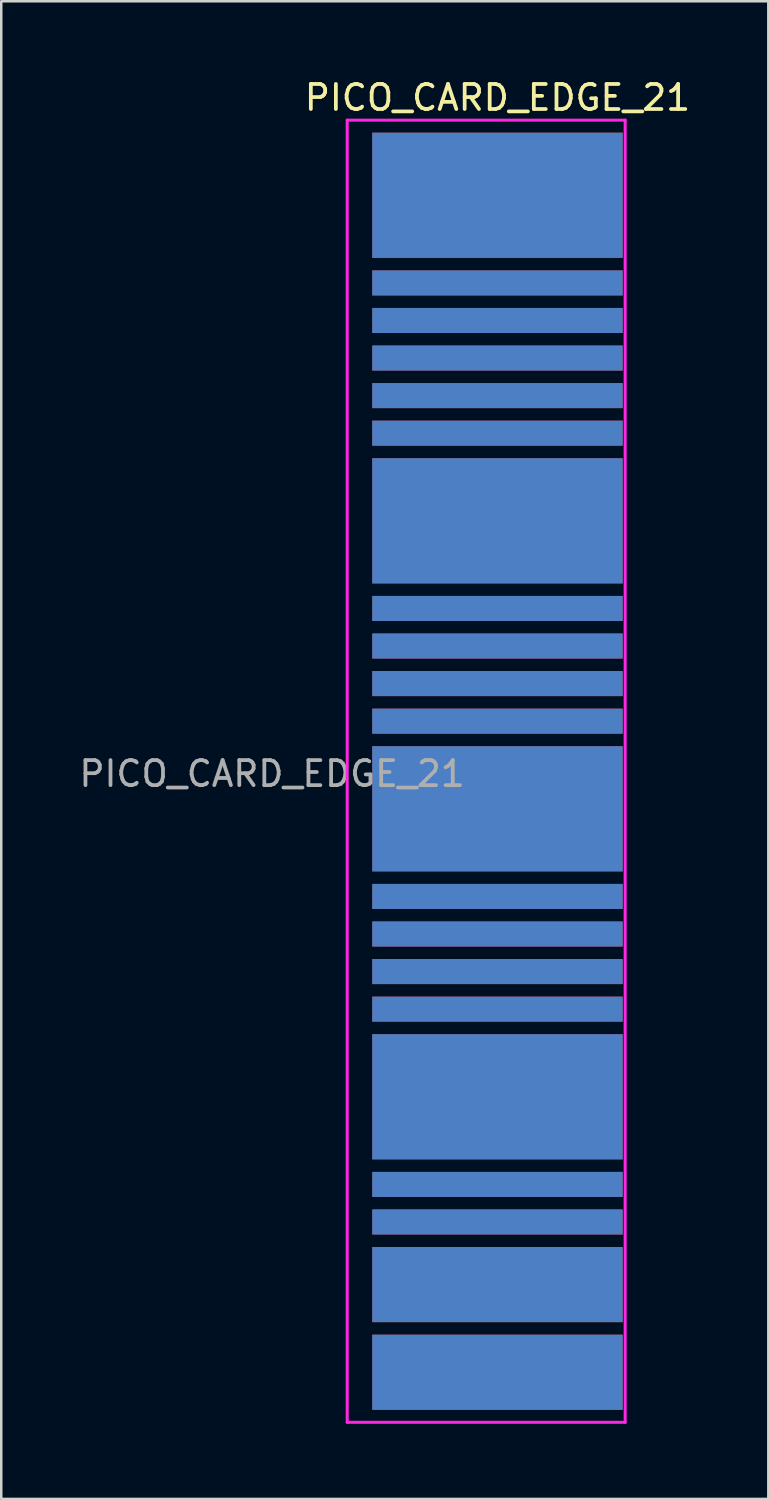
<source format=kicad_pcb>
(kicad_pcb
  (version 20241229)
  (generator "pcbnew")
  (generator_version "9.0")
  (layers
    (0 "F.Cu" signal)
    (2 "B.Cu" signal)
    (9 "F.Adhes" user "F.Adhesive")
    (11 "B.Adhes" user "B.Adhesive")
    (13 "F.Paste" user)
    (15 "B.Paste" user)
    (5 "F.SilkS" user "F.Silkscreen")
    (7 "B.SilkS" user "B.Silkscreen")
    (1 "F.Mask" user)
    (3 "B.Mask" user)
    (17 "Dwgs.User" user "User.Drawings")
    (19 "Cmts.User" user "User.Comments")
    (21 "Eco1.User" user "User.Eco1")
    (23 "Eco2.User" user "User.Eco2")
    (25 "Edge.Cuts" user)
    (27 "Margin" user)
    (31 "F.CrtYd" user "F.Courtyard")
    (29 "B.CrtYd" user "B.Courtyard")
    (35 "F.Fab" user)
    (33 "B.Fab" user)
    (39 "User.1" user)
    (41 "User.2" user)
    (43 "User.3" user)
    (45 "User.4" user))
  (footprint "PICO_CARD_EDGE_21"
    (layer "F.Cu")
    (at 16.815 27.748)
    (property "Reference" "PICO_CARD_EDGE_21" (at 0 -26.9 0) (unlocked yes) (layer "F.SilkS") (effects (font (size 1 1) (thickness 0.15))))
    (fp_line (start -6 -26) (end -6 26) (stroke (width 0.12) (type solid)) (layer "F.CrtYd"))
    (fp_line (start -6 -26) (end 5.1 -26) (stroke (width 0.12) (type solid)) (layer "F.CrtYd"))
    (fp_line (start -6 26) (end 5.1 26) (stroke (width 0.12) (type solid)) (layer "F.CrtYd"))
    (fp_line (start 5.1 -26) (end 5.1 26) (stroke (width 0.12) (type solid)) (layer "F.CrtYd"))
    (fp_text user "${REFERENCE}" (at -9 0.1 0) (unlocked yes) (layer "F.Fab") (effects (font (size 1 1) (thickness 0.15))))
    (pad "1" connect rect (at 0 -23) (size 10 5) (layers "F.Cu" "F.Mask"))
    (pad "2" connect rect (at 0 -23) (size 10 5) (layers "B.Cu" "B.Mask"))
    (pad "3" connect rect (at 0 -19.5) (size 10 1) (layers "F.Cu" "F.Mask"))
    (pad "4" connect rect (at 0 -19.5) (size 10 1) (layers "B.Cu" "B.Mask"))
    (pad "5" connect rect (at 0 -18) (size 10 1) (layers "F.Cu" "F.Mask"))
    (pad "6" connect rect (at 0 -18) (size 10 1) (layers "B.Cu" "B.Mask"))
    (pad "7" connect rect (at 0 -16.5) (size 10 1) (layers "F.Cu" "F.Mask"))
    (pad "8" connect rect (at 0 -16.5) (size 10 1) (layers "B.Cu" "B.Mask"))
    (pad "9" connect rect (at 0 -15) (size 10 1) (layers "F.Cu" "F.Mask"))
    (pad "10" connect rect (at 0 -15) (size 10 1) (layers "B.Cu" "B.Mask"))
    (pad "11" connect rect (at 0 -13.5) (size 10 1) (layers "F.Cu" "F.Mask"))
    (pad "12" connect rect (at 0 -13.5) (size 10 1) (layers "B.Cu" "B.Mask"))
    (pad "13" connect rect (at 0 -10) (size 10 5) (layers "F.Cu" "F.Mask"))
    (pad "14" connect rect (at 0 -10) (size 10 5) (layers "B.Cu" "B.Mask"))
    (pad "15" connect rect (at 0 -6.5) (size 10 1) (layers "F.Cu" "F.Mask"))
    (pad "16" connect rect (at 0 -6.5) (size 10 1) (layers "B.Cu" "B.Mask"))
    (pad "17" connect rect (at 0 -5) (size 10 1) (layers "F.Cu" "F.Mask"))
    (pad "18" connect rect (at 0 -5) (size 10 1) (layers "B.Cu" "B.Mask"))
    (pad "19" connect rect (at 0 -3.5) (size 10 1) (layers "F.Cu" "F.Mask"))
    (pad "20" connect rect (at 0 -3.5) (size 10 1) (layers "B.Cu" "B.Mask"))
    (pad "21" connect rect (at 0 -2) (size 10 1) (layers "F.Cu" "F.Mask"))
    (pad "22" connect rect (at 0 -2) (size 10 1) (layers "B.Cu" "B.Mask"))
    (pad "23" connect rect (at 0 1.5) (size 10 5) (layers "F.Cu" "F.Mask"))
    (pad "24" connect rect (at 0 1.5) (size 10 5) (layers "B.Cu" "B.Mask"))
    (pad "25" connect rect (at 0 5) (size 10 1) (layers "F.Cu" "F.Mask"))
    (pad "26" connect rect (at 0 5) (size 10 1) (layers "B.Cu" "B.Mask"))
    (pad "27" connect rect (at 0 6.5) (size 10 1) (layers "F.Cu" "F.Mask"))
    (pad "28" connect rect (at 0 6.5) (size 10 1) (layers "B.Cu" "B.Mask"))
    (pad "29" connect rect (at 0 8) (size 10 1) (layers "F.Cu" "F.Mask"))
    (pad "30" connect rect (at 0 8) (size 10 1) (layers "B.Cu" "B.Mask"))
    (pad "31" connect rect (at 0 9.5) (size 10 1) (layers "F.Cu" "F.Mask"))
    (pad "32" connect rect (at 0 9.5) (size 10 1) (layers "B.Cu" "B.Mask"))
    (pad "33" connect rect (at 0 13) (size 10 5) (layers "F.Cu" "F.Mask"))
    (pad "34" connect rect (at 0 13) (size 10 5) (layers "B.Cu" "B.Mask"))
    (pad "35" connect rect (at 0 16.5) (size 10 1) (layers "F.Cu" "F.Mask"))
    (pad "36" connect rect (at 0 16.5) (size 10 1) (layers "B.Cu" "B.Mask"))
    (pad "37" connect rect (at 0 18) (size 10 1) (layers "F.Cu" "F.Mask"))
    (pad "38" connect rect (at 0 18) (size 10 1) (layers "B.Cu" "B.Mask"))
    (pad "39" connect rect (at 0 20.5) (size 10 3) (layers "F.Cu" "F.Mask"))
    (pad "40" connect rect (at 0 20.5) (size 10 3) (layers "B.Cu" "B.Mask"))
    (pad "41" connect rect (at 0 24) (size 10 3) (layers "F.Cu" "F.Mask"))
    (pad "42" connect rect (at 0 24) (size 10 3) (layers "B.Cu" "B.Mask")))
  (gr_rect
    (start -3 -3)
    (end 27.631 56.808)
    (stroke (width 0.1) (type default))
    (fill no)
    (layer "Edge.Cuts")))
</source>
